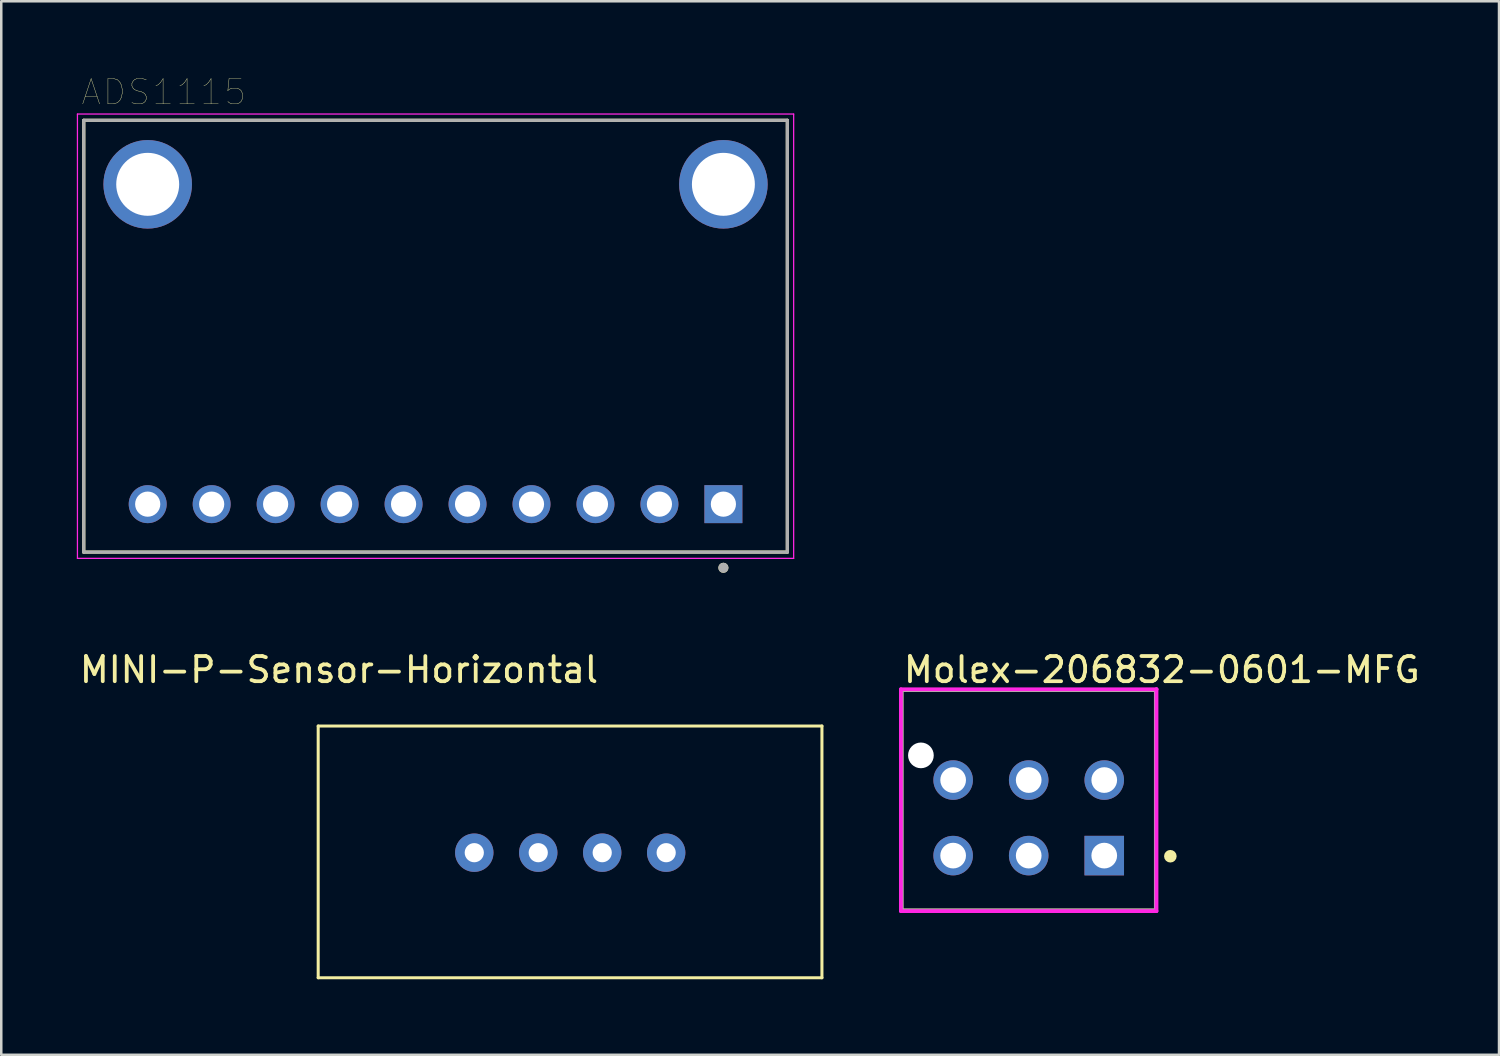
<source format=kicad_pcb>
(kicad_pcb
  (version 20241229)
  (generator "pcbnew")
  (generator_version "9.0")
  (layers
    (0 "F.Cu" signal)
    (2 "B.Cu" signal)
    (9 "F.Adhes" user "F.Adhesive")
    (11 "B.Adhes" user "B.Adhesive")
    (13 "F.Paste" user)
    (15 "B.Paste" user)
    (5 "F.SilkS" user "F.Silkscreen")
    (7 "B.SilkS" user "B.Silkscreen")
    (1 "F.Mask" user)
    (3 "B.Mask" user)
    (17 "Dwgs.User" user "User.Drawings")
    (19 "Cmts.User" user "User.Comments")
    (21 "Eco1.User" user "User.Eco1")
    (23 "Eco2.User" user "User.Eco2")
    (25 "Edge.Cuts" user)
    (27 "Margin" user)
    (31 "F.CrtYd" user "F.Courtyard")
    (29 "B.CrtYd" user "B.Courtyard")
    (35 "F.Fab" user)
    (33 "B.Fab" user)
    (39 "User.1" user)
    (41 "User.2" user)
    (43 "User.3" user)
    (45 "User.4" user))
  (footprint "ADS1115"
    (layer "F.Cu")
    (at 14.245 10.301)
    (property "Reference" "ADS1115" (at -10.795 -9.69 0) (layer "F.SilkS") (effects (font (size 1 1) (thickness 0.015))))
    (attr through_hole)
    (fp_line (start -13.97 -8.572) (end 13.97 -8.572) (stroke (width 0.127) (type solid)) (layer "F.SilkS"))
    (fp_line (start -13.97 8.572) (end -13.97 -8.572) (stroke (width 0.127) (type solid)) (layer "F.SilkS"))
    (fp_line (start 13.97 -8.572) (end 13.97 8.572) (stroke (width 0.127) (type solid)) (layer "F.SilkS"))
    (fp_line (start 13.97 8.572) (end -13.97 8.572) (stroke (width 0.127) (type solid)) (layer "F.SilkS"))
    (fp_circle (center 11.43 9.195) (end 11.53 9.195) (stroke (width 0.2) (type solid)) (fill no) (layer "F.SilkS"))
    (fp_line (start -14.22 -8.822) (end 14.22 -8.822) (stroke (width 0.05) (type solid)) (layer "F.CrtYd"))
    (fp_line (start -14.22 8.822) (end -14.22 -8.822) (stroke (width 0.05) (type solid)) (layer "F.CrtYd"))
    (fp_line (start 14.22 -8.822) (end 14.22 8.822) (stroke (width 0.05) (type solid)) (layer "F.CrtYd"))
    (fp_line (start 14.22 8.822) (end -14.22 8.822) (stroke (width 0.05) (type solid)) (layer "F.CrtYd"))
    (fp_line (start -13.97 -8.572) (end 13.97 -8.572) (stroke (width 0.127) (type solid)) (layer "F.Fab"))
    (fp_line (start -13.97 8.572) (end -13.97 -8.572) (stroke (width 0.127) (type solid)) (layer "F.Fab"))
    (fp_line (start 13.97 -8.572) (end 13.97 8.572) (stroke (width 0.127) (type solid)) (layer "F.Fab"))
    (fp_line (start 13.97 8.572) (end -13.97 8.572) (stroke (width 0.127) (type solid)) (layer "F.Fab"))
    (fp_circle (center 11.43 9.195) (end 11.53 9.195) (stroke (width 0.2) (type solid)) (fill no) (layer "F.Fab"))
    (pad "1" thru_hole rect (at 11.43 6.668) (size 1.508 1.508) (drill 1) (layers "*.Cu" "*.Mask"))
    (pad "2" thru_hole circle (at 8.89 6.668) (size 1.508 1.508) (drill 1) (layers "*.Cu" "*.Mask"))
    (pad "3" thru_hole circle (at 6.35 6.668) (size 1.508 1.508) (drill 1) (layers "*.Cu" "*.Mask"))
    (pad "4" thru_hole circle (at 3.81 6.668) (size 1.508 1.508) (drill 1) (layers "*.Cu" "*.Mask"))
    (pad "5" thru_hole circle (at 1.27 6.668) (size 1.508 1.508) (drill 1) (layers "*.Cu" "*.Mask"))
    (pad "6" thru_hole circle (at -1.27 6.668) (size 1.508 1.508) (drill 1) (layers "*.Cu" "*.Mask"))
    (pad "7" thru_hole circle (at -3.81 6.668) (size 1.508 1.508) (drill 1) (layers "*.Cu" "*.Mask"))
    (pad "8" thru_hole circle (at -6.35 6.668) (size 1.508 1.508) (drill 1) (layers "*.Cu" "*.Mask"))
    (pad "9" thru_hole circle (at -8.89 6.668) (size 1.508 1.508) (drill 1) (layers "*.Cu" "*.Mask"))
    (pad "10" thru_hole circle (at -11.43 6.668) (size 1.508 1.508) (drill 1) (layers "*.Cu" "*.Mask"))
    (pad "P1" thru_hole circle (at -11.43 -6.032) (size 3.516 3.516) (drill 2.5) (layers "*.Cu" "*.Mask"))
    (pad "P2" thru_hole circle (at 11.43 -6.032) (size 3.516 3.516) (drill 2.5) (layers "*.Cu" "*.Mask")))
  (footprint "MINI-P-Sensor-Horizontal"
    (layer "F.Cu")
    (at 15.783 30.809)
    (property "Reference" "MINI-P-Sensor-Horizontal" (at -5.372 -7.264 0) (layer "F.SilkS") (effects (font (size 1 1) (thickness 0.15))))
    (attr through_hole)
    (fp_line (start -6.198 -5.029) (end 13.805 -5.029) (stroke (width 0.12) (type solid)) (layer "F.SilkS"))
    (fp_line (start -6.198 4.966) (end -6.198 -5.029) (stroke (width 0.12) (type solid)) (layer "F.SilkS"))
    (fp_line (start 13.805 -5.029) (end 13.805 4.966) (stroke (width 0.12) (type solid)) (layer "F.SilkS"))
    (fp_line (start 13.805 4.966) (end -6.198 4.966) (stroke (width 0.12) (type solid)) (layer "F.SilkS"))
    (pad "1" thru_hole circle (at 0 0) (size 1.524 1.524) (drill 0.762) (layers "*.Cu" "*.Mask"))
    (pad "2" thru_hole circle (at 2.54 0) (size 1.524 1.524) (drill 0.762) (layers "*.Cu" "*.Mask"))
    (pad "3" thru_hole circle (at 5.08 0) (size 1.524 1.524) (drill 0.762) (layers "*.Cu" "*.Mask"))
    (pad "4" thru_hole circle (at 7.62 0) (size 1.524 1.524) (drill 0.762) (layers "*.Cu" "*.Mask")))
  (footprint "Molex-206832-0601-MFG"
    (layer "F.Cu")
    (at 37.798 28.725)
    (property "Reference" "Molex-206832-0601-MFG" (at -5.05 -5.18 0) (layer "F.SilkS") (effects (font (size 1 1) (thickness 0.15)) (justify left)))
    (attr through_hole)
    (fp_line (start -5.05 -4.38) (end 5.05 -4.38) (stroke (width 0.15) (type solid)) (layer "F.SilkS"))
    (fp_line (start -5.05 4.38) (end -5.05 -4.38) (stroke (width 0.15) (type solid)) (layer "F.SilkS"))
    (fp_line (start -5.05 4.38) (end 5.05 4.38) (stroke (width 0.15) (type solid)) (layer "F.SilkS"))
    (fp_line (start 5.05 4.38) (end 5.05 -4.38) (stroke (width 0.15) (type solid)) (layer "F.SilkS"))
    (fp_circle (center 5.625 2.225) (end 5.75 2.225) (stroke (width 0.25) (type solid)) (fill no) (layer "F.SilkS"))
    (fp_line (start -5.075 -4.405) (end -5.075 4.405) (stroke (width 0.15) (type solid)) (layer "F.CrtYd"))
    (fp_line (start -5.075 4.405) (end 5.075 4.405) (stroke (width 0.15) (type solid)) (layer "F.CrtYd"))
    (fp_line (start 5.075 -4.405) (end -5.075 -4.405) (stroke (width 0.15) (type solid)) (layer "F.CrtYd"))
    (fp_line (start 5.075 -4.405) (end 5.075 -4.405) (stroke (width 0.15) (type solid)) (layer "F.CrtYd"))
    (fp_line (start 5.075 4.405) (end 5.075 -4.405) (stroke (width 0.15) (type solid)) (layer "F.CrtYd"))
    (fp_line (start -5.05 -4.38) (end 5.05 -4.38) (stroke (width 0.15) (type solid)) (layer "F.Fab"))
    (fp_line (start -5.05 4.38) (end -5.05 -4.38) (stroke (width 0.15) (type solid)) (layer "F.Fab"))
    (fp_line (start 5.05 -4.38) (end 5.05 4.38) (stroke (width 0.15) (type solid)) (layer "F.Fab"))
    (fp_line (start 5.05 4.38) (end -5.05 4.38) (stroke (width 0.15) (type solid)) (layer "F.Fab"))
    (pad "" np_thru_hole circle (at -4.28 -1.78) (size 1.02 1.02) (drill 1.02) (layers "*.Cu" "*.Mask"))
    (pad "1" thru_hole rect (at 3 2.2) (size 1.57 1.57) (drill 1.02) (layers "*.Cu"))
    (pad "2" thru_hole circle (at 3 -0.8) (size 1.57 1.57) (drill 1.02) (layers "*.Cu"))
    (pad "3" thru_hole circle (at 0 2.2) (size 1.57 1.57) (drill 1.02) (layers "*.Cu"))
    (pad "4" thru_hole circle (at 0 -0.8) (size 1.57 1.57) (drill 1.02) (layers "*.Cu"))
    (pad "5" thru_hole circle (at -3 2.2) (size 1.57 1.57) (drill 1.02) (layers "*.Cu"))
    (pad "6" thru_hole circle (at -3 -0.8) (size 1.57 1.57) (drill 1.02) (layers "*.Cu")))
  (gr_rect
    (start -3 -3)
    (end 56.474 38.835)
    (stroke (width 0.1) (type default))
    (fill no)
    (layer "Edge.Cuts")))
</source>
